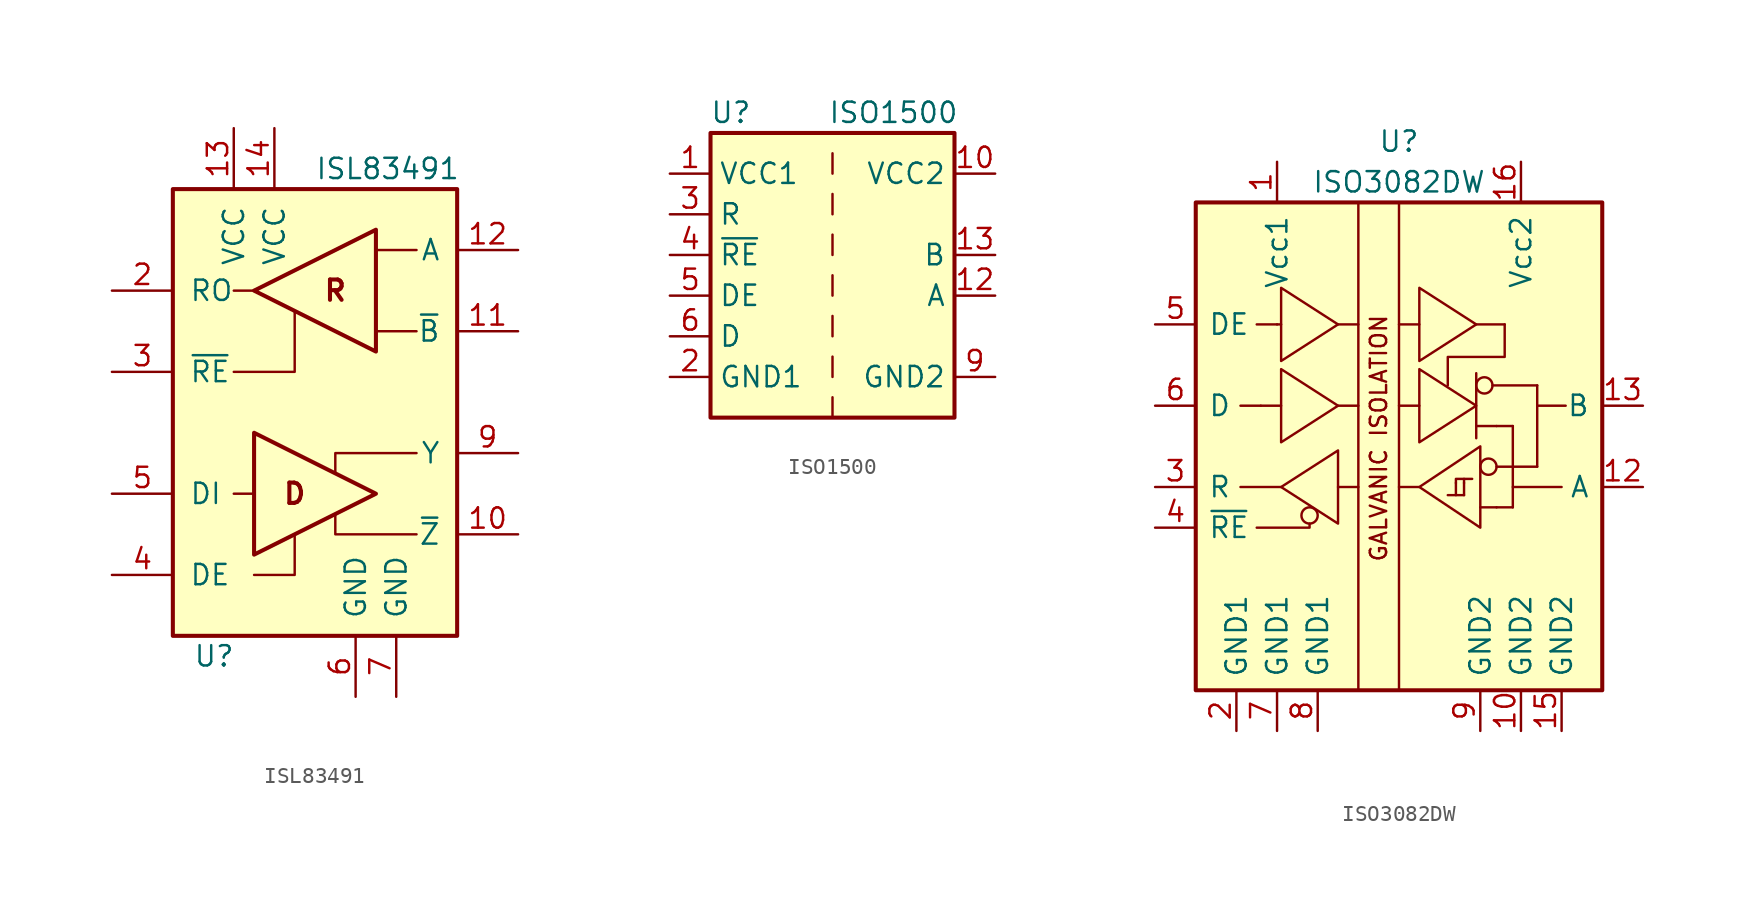
<source format=kicad_sym>
(kicad_symbol_lib
  (version 20201005)
  (generator kicad_symbol_editor)
  (symbol "Interface_UART:ISL83491"
    (pin_names
      (offset 1.016))
    (property "Reference" "U"
      (at -7.62 -15.24 0)
      (effects (font (size 1.27 1.27)) (justify left)))
    (property "Value" "ISL83491"
      (at 0 15.24 0)
      (effects (font (size 1.27 1.27)) (justify left)))
    (symbol "ISL83491_0_0"
      (text "D" (at -1.27 -5.08 0) (effects (font (size 1.27 1.27) bold)))
      (text "R" (at 1.27 7.62 0) (effects (font (size 1.27 1.27) bold))))
    (symbol "ISL83491_0_1"
      (rectangle (start -8.89 13.97) (end 8.89 -13.97) (stroke (width 0.254)) (fill (type background)))
      (polyline (pts (xy -5.08 -5.08) (xy -3.81 -5.08)) (stroke (width 0)) (fill (type none)))
      (polyline (pts (xy -3.81 7.62) (xy -5.08 7.62)) (stroke (width 0)) (fill (type none)))
      (polyline (pts (xy 6.35 5.08) (xy 3.81 5.08) (xy 3.81 5.08)) (stroke (width 0)) (fill (type none)))
      (polyline (pts (xy 6.35 10.16) (xy 3.81 10.16) (xy 3.81 10.16)) (stroke (width 0)) (fill (type none)))
      (polyline (pts (xy -3.81 -10.16) (xy -1.27 -10.16) (xy -1.27 -7.62) (xy -1.27 -7.62)) (stroke (width 0)) (fill (type none)))
      (polyline (pts (xy -1.27 6.35) (xy -1.27 2.54) (xy -2.54 2.54) (xy -5.08 2.54)) (stroke (width 0)) (fill (type none)))
      (polyline (pts (xy 6.35 -7.62) (xy 1.27 -7.62) (xy 1.27 -6.35) (xy 1.27 -6.35)) (stroke (width 0)) (fill (type none)))
      (polyline (pts (xy 6.35 -2.54) (xy 1.27 -2.54) (xy 1.27 -3.81) (xy 1.27 -3.81)) (stroke (width 0)) (fill (type none)))
      (polyline (pts (xy -3.81 -1.27) (xy -3.81 -8.89) (xy 3.81 -5.08) (xy -3.81 -1.27) (xy -3.81 -1.27)) (stroke (width 0.254)) (fill (type none)))
      (polyline (pts (xy 3.81 11.43) (xy 3.81 3.81) (xy -3.81 7.62) (xy 3.81 11.43) (xy 3.81 11.43)) (stroke (width 0.254)) (fill (type none))))
    (symbol "ISL83491_1_1"
      (pin output line (at 12.7 -7.62 180) (length 3.81) (name "~Z~" (effects (font (size 1.27 1.27)))) (number "10" (effects (font (size 1.27 1.27)))))
      (pin input line (at 12.7 5.08 180) (length 3.81) (name "~B" (effects (font (size 1.27 1.27)))) (number "11" (effects (font (size 1.27 1.27)))))
      (pin input line (at 12.7 10.16 180) (length 3.81) (name "A" (effects (font (size 1.27 1.27)))) (number "12" (effects (font (size 1.27 1.27)))))
      (pin power_in line (at -5.08 17.78 270) (length 3.81) (name "VCC" (effects (font (size 1.27 1.27)))) (number "13" (effects (font (size 1.27 1.27)))))
      (pin power_in line (at -2.54 17.78 270) (length 3.81) (name "VCC" (effects (font (size 1.27 1.27)))) (number "14" (effects (font (size 1.27 1.27)))))
      (pin output line (at -12.7 7.62 0) (length 3.81) (name "RO" (effects (font (size 1.27 1.27)))) (number "2" (effects (font (size 1.27 1.27)))))
      (pin input line (at -12.7 2.54 0) (length 3.81) (name "~RE" (effects (font (size 1.27 1.27)))) (number "3" (effects (font (size 1.27 1.27)))))
      (pin input line (at -12.7 -10.16 0) (length 3.81) (name "DE" (effects (font (size 1.27 1.27)))) (number "4" (effects (font (size 1.27 1.27)))))
      (pin input line (at -12.7 -5.08 0) (length 3.81) (name "DI" (effects (font (size 1.27 1.27)))) (number "5" (effects (font (size 1.27 1.27)))))
      (pin power_in line (at 2.54 -17.78 90) (length 3.81) (name "GND" (effects (font (size 1.27 1.27)))) (number "6" (effects (font (size 1.27 1.27)))))
      (pin power_in line (at 5.08 -17.78 90) (length 3.81) (name "GND" (effects (font (size 1.27 1.27)))) (number "7" (effects (font (size 1.27 1.27)))))
      (pin output line (at 12.7 -2.54 180) (length 3.81) (name "Y" (effects (font (size 1.27 1.27)))) (number "9" (effects (font (size 1.27 1.27)))))))
  (symbol "Interface_UART:ISO1500"
    (property "Reference" "U"
      (at -6.35 11.43 0)
      (effects (font (size 1.27 1.27))))
    (property "Value" "ISO1500"
      (at 3.81 11.43 0)
      (effects (font (size 1.27 1.27))))
    (symbol "ISO1500_0_1"
      (rectangle (start -7.62 10.16) (end 7.62 -7.62) (stroke (width 0.254)) (fill (type background)))
      (polyline (pts (xy 0 -6.35) (xy 0 -7.62)) (stroke (width 0)) (fill (type none)))
      (polyline (pts (xy 0 -3.81) (xy 0 -5.08)) (stroke (width 0)) (fill (type none)))
      (polyline (pts (xy 0 -1.27) (xy 0 -2.54)) (stroke (width 0)) (fill (type none)))
      (polyline (pts (xy 0 1.27) (xy 0 0)) (stroke (width 0)) (fill (type none)))
      (polyline (pts (xy 0 3.81) (xy 0 2.54)) (stroke (width 0)) (fill (type none)))
      (polyline (pts (xy 0 6.35) (xy 0 5.08)) (stroke (width 0)) (fill (type none)))
      (polyline (pts (xy 0 7.62) (xy 0 8.89)) (stroke (width 0)) (fill (type none))))
    (symbol "ISO1500_1_1"
      (pin power_in line (at -10.16 7.62 0) (length 2.54) (name "VCC1" (effects (font (size 1.27 1.27)))) (number "1" (effects (font (size 1.27 1.27)))))
      (pin power_in line (at 10.16 7.62 180) (length 2.54) (name "VCC2" (effects (font (size 1.27 1.27)))) (number "10" (effects (font (size 1.27 1.27)))))
      (pin no_connect line (at 7.62 -2.54 180) (length 2.54) hide (name "NC" (effects (font (size 1.27 1.27)))) (number "11" (effects (font (size 1.27 1.27)))))
      (pin bidirectional line (at 10.16 0 180) (length 2.54) (name "A" (effects (font (size 1.27 1.27)))) (number "12" (effects (font (size 1.27 1.27)))))
      (pin bidirectional line (at 10.16 2.54 180) (length 2.54) (name "B" (effects (font (size 1.27 1.27)))) (number "13" (effects (font (size 1.27 1.27)))))
      (pin no_connect line (at 7.62 5.08 180) (length 2.54) hide (name "NC" (effects (font (size 1.27 1.27)))) (number "14" (effects (font (size 1.27 1.27)))))
      (pin passive line (at 10.16 -5.08 180) (length 2.54) hide (name "GND2" (effects (font (size 1.27 1.27)))) (number "15" (effects (font (size 1.27 1.27)))))
      (pin passive line (at 10.16 7.62 180) (length 2.54) hide (name "VCC2" (effects (font (size 1.27 1.27)))) (number "16" (effects (font (size 1.27 1.27)))))
      (pin power_in line (at -10.16 -5.08 0) (length 2.54) (name "GND1" (effects (font (size 1.27 1.27)))) (number "2" (effects (font (size 1.27 1.27)))))
      (pin output line (at -10.16 5.08 0) (length 2.54) (name "R" (effects (font (size 1.27 1.27)))) (number "3" (effects (font (size 1.27 1.27)))))
      (pin input line (at -10.16 2.54 0) (length 2.54) (name "~RE" (effects (font (size 1.27 1.27)))) (number "4" (effects (font (size 1.27 1.27)))))
      (pin input line (at -10.16 0 0) (length 2.54) (name "DE" (effects (font (size 1.27 1.27)))) (number "5" (effects (font (size 1.27 1.27)))))
      (pin input line (at -10.16 -2.54 0) (length 2.54) (name "D" (effects (font (size 1.27 1.27)))) (number "6" (effects (font (size 1.27 1.27)))))
      (pin no_connect line (at 0 -7.62 90) (length 2.54) hide (name "NC" (effects (font (size 1.27 1.27)))) (number "7" (effects (font (size 1.27 1.27)))))
      (pin passive line (at -10.16 -5.08 0) (length 2.54) hide (name "GND1" (effects (font (size 1.27 1.27)))) (number "8" (effects (font (size 1.27 1.27)))))
      (pin power_in line (at 10.16 -5.08 180) (length 2.54) (name "GND2" (effects (font (size 1.27 1.27)))) (number "9" (effects (font (size 1.27 1.27)))))))
  (symbol "Interface_UART:ISO3082DW"
    (pin_names
      (offset 0.762))
    (property "Reference" "U"
      (at 0 19.05 0)
      (effects (font (size 1.27 1.27))))
    (property "Value" "ISO3082DW"
      (at 0 16.51 0)
      (effects (font (size 1.27 1.27))))
    (symbol "ISO3082DW_0_0"
      (text "GALVANIC ISOLATION" (at -1.27 0.508 900) (effects (font (size 1.016 1.016))))
      (rectangle (start -12.7 15.24) (end 12.7 -15.24) (stroke (width 0.254)) (fill (type background)))
      (polyline (pts (xy -8.636 2.54) (xy -9.906 2.54)) (stroke (width 0)) (fill (type none)))
      (polyline (pts (xy -7.62 7.62) (xy -8.89 7.62)) (stroke (width 0)) (fill (type none)))
      (polyline (pts (xy -7.366 7.62) (xy -7.62 7.62)) (stroke (width 0)) (fill (type none)))
      (polyline (pts (xy -2.54 15.24) (xy -2.54 -15.24)) (stroke (width 0)) (fill (type none)))
      (polyline (pts (xy 0 15.24) (xy 0 -15.24)) (stroke (width 0)) (fill (type none)))
      (polyline (pts (xy -7.366 4.826) (xy -7.366 0.254) (xy -3.81 2.54) (xy -7.366 4.826)) (stroke (width 0)) (fill (type none)))
      (polyline (pts (xy -7.366 9.906) (xy -7.366 5.334) (xy -3.81 7.62) (xy -7.366 9.906)) (stroke (width 0)) (fill (type none)))
      (polyline (pts (xy -3.81 -0.254) (xy -3.81 -4.826) (xy -7.366 -2.54) (xy -3.81 -0.254)) (stroke (width 0)) (fill (type none)))
      (polyline (pts (xy 1.27 9.906) (xy 1.27 5.334) (xy 4.826 7.62) (xy 1.27 9.906)) (stroke (width 0)) (fill (type none))))
    (symbol "ISO3082DW_0_1"
      (circle (center -5.588 -4.318) (radius 0.508) (stroke (width 0)) (fill (type none)))
      (circle (center 5.334 3.81) (radius 0.508) (stroke (width 0)) (fill (type none)))
      (circle (center 5.588 -1.27) (radius 0.508) (stroke (width 0)) (fill (type none)))
      (polyline (pts (xy -7.366 -2.54) (xy -9.906 -2.54)) (stroke (width 0)) (fill (type none)))
      (polyline (pts (xy -7.366 2.54) (xy -8.636 2.54)) (stroke (width 0)) (fill (type none)))
      (polyline (pts (xy -3.81 -2.54) (xy -2.54 -2.54)) (stroke (width 0)) (fill (type none)))
      (polyline (pts (xy -3.81 2.54) (xy -2.54 2.54)) (stroke (width 0)) (fill (type none)))
      (polyline (pts (xy -3.81 7.62) (xy -2.54 7.62)) (stroke (width 0)) (fill (type none)))
      (polyline (pts (xy 0 -2.54) (xy 1.27 -2.54)) (stroke (width 0)) (fill (type none)))
      (polyline (pts (xy 0 2.54) (xy 1.27 2.54)) (stroke (width 0)) (fill (type none)))
      (polyline (pts (xy 0 7.62) (xy 1.27 7.62)) (stroke (width 0)) (fill (type none)))
      (polyline (pts (xy 3.556 -2.286) (xy 3.556 -3.048)) (stroke (width 0)) (fill (type none)))
      (polyline (pts (xy 4.064 -3.048) (xy 3.048 -3.048)) (stroke (width 0)) (fill (type none)))
      (polyline (pts (xy 4.064 -2.286) (xy 4.064 -3.048)) (stroke (width 0)) (fill (type none)))
      (polyline (pts (xy 4.064 -2.286) (xy 4.064 -2.032)) (stroke (width 0)) (fill (type none)))
      (polyline (pts (xy 4.826 1.27) (xy 6.096 1.27)) (stroke (width 0)) (fill (type none)))
      (polyline (pts (xy 4.826 4.572) (xy 4.826 0.508)) (stroke (width 0)) (fill (type none)))
      (polyline (pts (xy 4.826 7.62) (xy 6.604 7.62)) (stroke (width 0)) (fill (type none)))
      (polyline (pts (xy 5.08 -3.81) (xy 6.096 -3.81)) (stroke (width 0)) (fill (type none)))
      (polyline (pts (xy 5.842 3.81) (xy 8.636 3.81)) (stroke (width 0)) (fill (type none)))
      (polyline (pts (xy 6.096 -1.27) (xy 8.636 -1.27)) (stroke (width 0)) (fill (type none)))
      (polyline (pts (xy 6.096 1.27) (xy 7.112 1.27)) (stroke (width 0)) (fill (type none)))
      (polyline (pts (xy 7.112 -3.81) (xy 6.096 -3.81)) (stroke (width 0)) (fill (type none)))
      (polyline (pts (xy 7.112 1.27) (xy 7.112 -3.81)) (stroke (width 0)) (fill (type none)))
      (polyline (pts (xy 8.636 -1.27) (xy 8.636 3.81)) (stroke (width 0)) (fill (type none)))
      (polyline (pts (xy 8.636 2.54) (xy 10.414 2.54)) (stroke (width 0)) (fill (type none)))
      (polyline (pts (xy -8.89 -5.08) (xy -5.588 -5.08) (xy -5.588 -4.826)) (stroke (width 0)) (fill (type none)))
      (polyline (pts (xy 3.556 -2.286) (xy 3.556 -2.032) (xy 4.572 -2.032)) (stroke (width 0)) (fill (type none)))
      (polyline (pts (xy 10.16 -2.54) (xy 8.89 -2.54) (xy 7.112 -2.54)) (stroke (width 0)) (fill (type none)))
      (polyline (pts (xy 1.27 -2.54) (xy 5.08 0) (xy 5.08 -5.08) (xy 1.27 -2.54)) (stroke (width 0)) (fill (type none)))
      (polyline (pts (xy 6.604 7.62) (xy 6.604 5.588) (xy 3.048 5.588) (xy 3.048 3.81)) (stroke (width 0)) (fill (type none))))
    (symbol "ISO3082DW_1_0"
      (polyline (pts (xy 1.27 4.826) (xy 1.27 0.254) (xy 4.826 2.54) (xy 1.27 4.826)) (stroke (width 0)) (fill (type none))))
    (symbol "ISO3082DW_1_1"
      (pin power_in line (at -7.62 17.78 270) (length 2.54) (name "Vcc1" (effects (font (size 1.27 1.27)))) (number "1" (effects (font (size 1.27 1.27)))))
      (pin power_in line (at 7.62 -17.78 90) (length 2.54) (name "GND2" (effects (font (size 1.27 1.27)))) (number "10" (effects (font (size 1.27 1.27)))))
      (pin no_connect line (at 12.7 10.16 180) (length 2.54) hide (name "NC" (effects (font (size 1.27 1.27)))) (number "11" (effects (font (size 1.27 1.27)))))
      (pin bidirectional line (at 15.24 -2.54 180) (length 2.54) (name "A" (effects (font (size 1.27 1.27)))) (number "12" (effects (font (size 1.27 1.27)))))
      (pin bidirectional line (at 15.24 2.54 180) (length 2.54) (name "B" (effects (font (size 1.27 1.27)))) (number "13" (effects (font (size 1.27 1.27)))))
      (pin no_connect line (at 12.7 7.62 180) (length 2.54) hide (name "NC" (effects (font (size 1.27 1.27)))) (number "14" (effects (font (size 1.27 1.27)))))
      (pin power_in line (at 10.16 -17.78 90) (length 2.54) (name "GND2" (effects (font (size 1.27 1.27)))) (number "15" (effects (font (size 1.27 1.27)))))
      (pin power_in line (at 7.62 17.78 270) (length 2.54) (name "Vcc2" (effects (font (size 1.27 1.27)))) (number "16" (effects (font (size 1.27 1.27)))))
      (pin power_in line (at -10.16 -17.78 90) (length 2.54) (name "GND1" (effects (font (size 1.27 1.27)))) (number "2" (effects (font (size 1.27 1.27)))))
      (pin output line (at -15.24 -2.54 0) (length 2.54) (name "R" (effects (font (size 1.27 1.27)))) (number "3" (effects (font (size 1.27 1.27)))))
      (pin input line (at -15.24 -5.08 0) (length 2.54) (name "~RE" (effects (font (size 1.27 1.27)))) (number "4" (effects (font (size 1.27 1.27)))))
      (pin input line (at -15.24 7.62 0) (length 2.54) (name "DE" (effects (font (size 1.27 1.27)))) (number "5" (effects (font (size 1.27 1.27)))))
      (pin input line (at -15.24 2.54 0) (length 2.54) (name "D" (effects (font (size 1.27 1.27)))) (number "6" (effects (font (size 1.27 1.27)))))
      (pin power_in line (at -7.62 -17.78 90) (length 2.54) (name "GND1" (effects (font (size 1.27 1.27)))) (number "7" (effects (font (size 1.27 1.27)))))
      (pin power_in line (at -5.08 -17.78 90) (length 2.54) (name "GND1" (effects (font (size 1.27 1.27)))) (number "8" (effects (font (size 1.27 1.27)))))
      (pin power_in line (at 5.08 -17.78 90) (length 2.54) (name "GND2" (effects (font (size 1.27 1.27)))) (number "9" (effects (font (size 1.27 1.27))))))))
</source>
